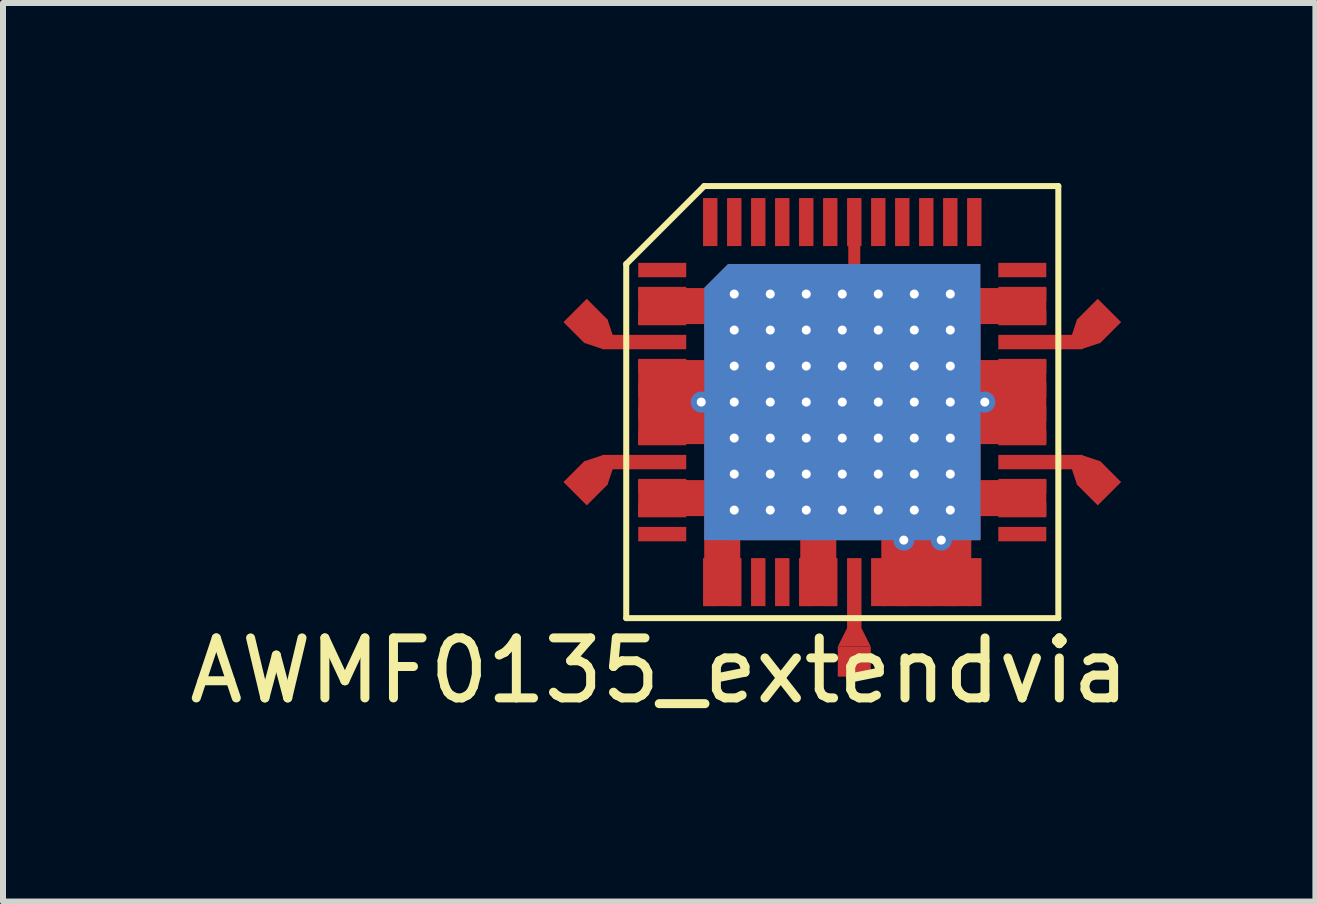
<source format=kicad_pcb>
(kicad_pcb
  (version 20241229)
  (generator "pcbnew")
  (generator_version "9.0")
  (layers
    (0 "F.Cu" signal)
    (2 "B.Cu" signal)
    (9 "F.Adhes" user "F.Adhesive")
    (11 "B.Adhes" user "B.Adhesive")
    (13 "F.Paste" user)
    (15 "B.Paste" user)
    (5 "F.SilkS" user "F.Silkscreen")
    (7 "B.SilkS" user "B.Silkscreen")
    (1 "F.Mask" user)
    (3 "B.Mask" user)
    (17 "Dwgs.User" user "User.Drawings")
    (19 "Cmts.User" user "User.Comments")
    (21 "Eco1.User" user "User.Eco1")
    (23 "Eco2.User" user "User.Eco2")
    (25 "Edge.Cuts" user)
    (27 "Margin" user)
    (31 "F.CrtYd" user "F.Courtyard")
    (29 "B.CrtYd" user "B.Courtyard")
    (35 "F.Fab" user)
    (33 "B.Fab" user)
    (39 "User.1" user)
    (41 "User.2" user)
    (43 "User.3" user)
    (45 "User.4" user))
  (footprint "AWMF0135_extendvia"
    (layer "F.Cu")
    (at 10.985 3.65)
    (property "Reference" "AWMF0135_extendvia" (at -3.05 4.475 0) (layer "F.SilkS") (effects (font (size 1 1) (thickness 0.15))))
    (attr through_hole)
    (fp_line (start -3.6 -2.3) (end -3.6 3.6) (stroke (width 0.1) (type solid)) (layer "F.SilkS"))
    (fp_line (start -3.6 3.6) (end 3.6 3.6) (stroke (width 0.1) (type solid)) (layer "F.SilkS"))
    (fp_line (start -2.3 -3.6) (end -3.6 -2.3) (stroke (width 0.1) (type solid)) (layer "F.SilkS"))
    (fp_line (start 3.6 -3.6) (end -2.3 -3.6) (stroke (width 0.1) (type solid)) (layer "F.SilkS"))
    (fp_line (start 3.6 3.6) (end 3.6 -3.6) (stroke (width 0.1) (type solid)) (layer "F.SilkS"))
    (pad "1" smd rect (at -3 -2.2) (size 0.8 0.24) (layers "F.Cu" "F.Mask" "F.Paste"))
    (pad "2" smd rect (at -3 -1.8) (size 0.8 0.24) (layers "F.Cu" "F.Mask" "F.Paste"))
    (pad "2" smd rect (at -2.8 -1.6) (size 1.2 0.6) (layers "F.Cu"))
    (pad "2" smd rect (at -2.8 0) (size 1.2 1.4) (layers "F.Cu"))
    (pad "2" smd rect (at -2.8 1.6) (size 1.2 0.6) (layers "F.Cu"))
    (pad "2" thru_hole circle (at -2.35 0) (size 0.35 0.35) (drill 0.15) (layers "*.Cu"))
    (pad "2" smd rect (at -2 2.8) (size 0.6 1.2) (layers "F.Cu"))
    (pad "2" smd rect (at -1.9 -1.9 45) (size 0.57 0.57) (layers "F.Cu" "F.Mask" "F.Paste"))
    (pad "2" smd rect (at -1.9 -1.9 45) (size 0.57 0.57) (layers "B.Cu" "B.Mask" "B.Paste"))
    (pad "2" thru_hole circle (at -1.8 -1.8) (size 0.35 0.35) (drill 0.15) (layers "*.Cu" "*.Mask"))
    (pad "2" thru_hole circle (at -1.8 -1.2) (size 0.35 0.35) (drill 0.15) (layers "*.Cu" "*.Mask"))
    (pad "2" thru_hole circle (at -1.8 -0.6) (size 0.35 0.35) (drill 0.15) (layers "*.Cu" "*.Mask"))
    (pad "2" thru_hole circle (at -1.8 0) (size 0.35 0.35) (drill 0.15) (layers "*.Cu" "*.Mask"))
    (pad "2" thru_hole circle (at -1.8 0.6) (size 0.35 0.35) (drill 0.15) (layers "*.Cu" "*.Mask"))
    (pad "2" thru_hole circle (at -1.8 1.2) (size 0.35 0.35) (drill 0.15) (layers "*.Cu" "*.Mask"))
    (pad "2" thru_hole circle (at -1.8 1.8) (size 0.35 0.35) (drill 0.15) (layers "*.Cu" "*.Mask"))
    (pad "2" thru_hole circle (at -1.2 -1.8) (size 0.35 0.35) (drill 0.15) (layers "*.Cu" "*.Mask"))
    (pad "2" thru_hole circle (at -1.2 -1.2) (size 0.35 0.35) (drill 0.15) (layers "*.Cu" "*.Mask"))
    (pad "2" thru_hole circle (at -1.2 -0.6) (size 0.35 0.35) (drill 0.15) (layers "*.Cu" "*.Mask"))
    (pad "2" thru_hole circle (at -1.2 0) (size 0.35 0.35) (drill 0.15) (layers "*.Cu" "*.Mask"))
    (pad "2" thru_hole circle (at -1.2 0.6) (size 0.35 0.35) (drill 0.15) (layers "*.Cu" "*.Mask"))
    (pad "2" thru_hole circle (at -1.2 1.2) (size 0.35 0.35) (drill 0.15) (layers "*.Cu" "*.Mask"))
    (pad "2" thru_hole circle (at -1.2 1.8) (size 0.35 0.35) (drill 0.15) (layers "*.Cu" "*.Mask"))
    (pad "2" thru_hole circle (at -0.6 -1.8) (size 0.35 0.35) (drill 0.15) (layers "*.Cu" "*.Mask"))
    (pad "2" thru_hole circle (at -0.6 -1.2) (size 0.35 0.35) (drill 0.15) (layers "*.Cu" "*.Mask"))
    (pad "2" thru_hole circle (at -0.6 -0.6) (size 0.35 0.35) (drill 0.15) (layers "*.Cu" "*.Mask"))
    (pad "2" thru_hole circle (at -0.6 0) (size 0.35 0.35) (drill 0.15) (layers "*.Cu" "*.Mask"))
    (pad "2" thru_hole circle (at -0.6 0.6) (size 0.35 0.35) (drill 0.15) (layers "*.Cu" "*.Mask"))
    (pad "2" thru_hole circle (at -0.6 1.2) (size 0.35 0.35) (drill 0.15) (layers "*.Cu" "*.Mask"))
    (pad "2" thru_hole circle (at -0.6 1.8) (size 0.35 0.35) (drill 0.15) (layers "*.Cu" "*.Mask"))
    (pad "2" smd rect (at -0.4 2.8) (size 0.6 1.2) (layers "F.Cu"))
    (pad "2" thru_hole circle (at 0 -1.8) (size 0.35 0.35) (drill 0.15) (layers "*.Cu" "*.Mask"))
    (pad "2" thru_hole circle (at 0 -1.2) (size 0.35 0.35) (drill 0.15) (layers "*.Cu" "*.Mask"))
    (pad "2" thru_hole circle (at 0 -0.6) (size 0.35 0.35) (drill 0.15) (layers "*.Cu" "*.Mask"))
    (pad "2" thru_hole circle (at 0 0) (size 0.35 0.35) (drill 0.15) (layers "*.Cu" "*.Mask"))
    (pad "2" smd rect (at 0 0.2) (size 4.6 4.2) (layers "F.Cu" "F.Mask" "F.Paste"))
    (pad "2" smd rect (at 0 0.2) (size 4.6 4.2) (layers "B.Cu" "B.Mask" "B.Paste"))
    (pad "2" thru_hole circle (at 0 0.6) (size 0.35 0.35) (drill 0.15) (layers "*.Cu" "*.Mask"))
    (pad "2" thru_hole circle (at 0 1.2) (size 0.35 0.35) (drill 0.15) (layers "*.Cu" "*.Mask"))
    (pad "2" thru_hole circle (at 0 1.8) (size 0.35 0.35) (drill 0.15) (layers "*.Cu" "*.Mask"))
    (pad "2" smd rect (at 0.2 0) (size 4.2 4.6) (layers "F.Cu" "F.Mask" "F.Paste"))
    (pad "2" smd rect (at 0.2 0) (size 4.2 4.6) (layers "B.Cu" "B.Mask" "B.Paste"))
    (pad "2" thru_hole circle (at 0.6 -1.8) (size 0.35 0.35) (drill 0.15) (layers "*.Cu" "*.Mask"))
    (pad "2" thru_hole circle (at 0.6 -1.2) (size 0.35 0.35) (drill 0.15) (layers "*.Cu" "*.Mask"))
    (pad "2" thru_hole circle (at 0.6 -0.6) (size 0.35 0.35) (drill 0.15) (layers "*.Cu" "*.Mask"))
    (pad "2" thru_hole circle (at 0.6 0) (size 0.35 0.35) (drill 0.15) (layers "*.Cu" "*.Mask"))
    (pad "2" thru_hole circle (at 0.6 0.6) (size 0.35 0.35) (drill 0.15) (layers "*.Cu" "*.Mask"))
    (pad "2" thru_hole circle (at 0.6 1.2) (size 0.35 0.35) (drill 0.15) (layers "*.Cu" "*.Mask"))
    (pad "2" thru_hole circle (at 0.6 1.8) (size 0.35 0.35) (drill 0.15) (layers "*.Cu" "*.Mask"))
    (pad "2" thru_hole circle (at 1.025 2.3) (size 0.35 0.35) (drill 0.15) (layers "*.Cu"))
    (pad "2" thru_hole circle (at 1.2 -1.8) (size 0.35 0.35) (drill 0.15) (layers "*.Cu" "*.Mask"))
    (pad "2" thru_hole circle (at 1.2 -1.2) (size 0.35 0.35) (drill 0.15) (layers "*.Cu" "*.Mask"))
    (pad "2" thru_hole circle (at 1.2 -0.6) (size 0.35 0.35) (drill 0.15) (layers "*.Cu" "*.Mask"))
    (pad "2" thru_hole circle (at 1.2 0) (size 0.35 0.35) (drill 0.15) (layers "*.Cu" "*.Mask"))
    (pad "2" thru_hole circle (at 1.2 0.6) (size 0.35 0.35) (drill 0.15) (layers "*.Cu" "*.Mask"))
    (pad "2" thru_hole circle (at 1.2 1.2) (size 0.35 0.35) (drill 0.15) (layers "*.Cu" "*.Mask"))
    (pad "2" thru_hole circle (at 1.2 1.8) (size 0.35 0.35) (drill 0.15) (layers "*.Cu" "*.Mask"))
    (pad "2" smd rect (at 1.4 2.8) (size 1.5 1.2) (layers "F.Cu"))
    (pad "2" thru_hole circle (at 1.65 2.3) (size 0.35 0.35) (drill 0.15) (layers "*.Cu"))
    (pad "2" thru_hole circle (at 1.8 -1.8) (size 0.35 0.35) (drill 0.15) (layers "*.Cu" "*.Mask"))
    (pad "2" thru_hole circle (at 1.8 -1.2) (size 0.35 0.35) (drill 0.15) (layers "*.Cu" "*.Mask"))
    (pad "2" thru_hole circle (at 1.8 -0.6) (size 0.35 0.35) (drill 0.15) (layers "*.Cu" "*.Mask"))
    (pad "2" thru_hole circle (at 1.8 0) (size 0.35 0.35) (drill 0.15) (layers "*.Cu" "*.Mask"))
    (pad "2" thru_hole circle (at 1.8 0.6) (size 0.35 0.35) (drill 0.15) (layers "*.Cu" "*.Mask"))
    (pad "2" thru_hole circle (at 1.8 1.2) (size 0.35 0.35) (drill 0.15) (layers "*.Cu" "*.Mask"))
    (pad "2" thru_hole circle (at 1.8 1.8) (size 0.35 0.35) (drill 0.15) (layers "*.Cu" "*.Mask"))
    (pad "2" thru_hole circle (at 2.375 0) (size 0.35 0.35) (drill 0.15) (layers "*.Cu"))
    (pad "2" smd rect (at 2.8 -1.6) (size 1.2 0.6) (layers "F.Cu"))
    (pad "2" smd rect (at 2.8 0) (size 1.2 1.4) (layers "F.Cu"))
    (pad "2" smd rect (at 2.8 1.6) (size 1.2 0.6) (layers "F.Cu"))
    (pad "3" smd rect (at -3 -1.4) (size 0.8 0.24) (layers "F.Cu" "F.Mask" "F.Paste"))
    (pad "4" smd rect (at -4.275 -1.35 45) (size 0.55 0.5) (layers "F.Cu" "F.Mask" "F.Paste"))
    (pad "4" smd trapezoid (at -4 -1.075 225) (size 0.4 0.3) (rect_delta 0 0.15) (layers "F.Cu" "F.Mask" "F.Paste"))
    (pad "4" smd rect (at -3.3 -1) (size 1.4 0.24) (layers "F.Cu" "F.Mask" "F.Paste"))
    (pad "5" smd rect (at -3 -0.6) (size 0.8 0.24) (layers "F.Cu" "F.Mask" "F.Paste"))
    (pad "6" smd rect (at -3 -0.2) (size 0.8 0.24) (layers "F.Cu" "F.Mask" "F.Paste"))
    (pad "7" smd rect (at -3 0.2) (size 0.8 0.24) (layers "F.Cu" "F.Mask" "F.Paste"))
    (pad "8" smd rect (at -3 0.6) (size 0.8 0.24) (layers "F.Cu" "F.Mask" "F.Paste"))
    (pad "9" smd rect (at -4.275 1.35 135) (size 0.55 0.5) (layers "F.Cu" "F.Mask" "F.Paste"))
    (pad "9" smd trapezoid (at -4 1.075 315) (size 0.4 0.3) (rect_delta 0 0.15) (layers "F.Cu" "F.Mask" "F.Paste"))
    (pad "9" smd rect (at -3.3 1) (size 1.4 0.24) (layers "F.Cu" "F.Mask" "F.Paste"))
    (pad "10" smd rect (at -3 1.4) (size 0.8 0.24) (layers "F.Cu" "F.Mask" "F.Paste"))
    (pad "11" smd rect (at -3 1.8) (size 0.8 0.24) (layers "F.Cu" "F.Mask" "F.Paste"))
    (pad "12" smd rect (at -3 2.2) (size 0.8 0.24) (layers "F.Cu" "F.Mask" "F.Paste"))
    (pad "13" smd rect (at -2.2 3) (size 0.24 0.8) (layers "F.Cu" "F.Mask" "F.Paste"))
    (pad "14" smd rect (at -1.8 3) (size 0.24 0.8) (layers "F.Cu" "F.Mask" "F.Paste"))
    (pad "15" smd rect (at -1.4 3) (size 0.24 0.8) (layers "F.Cu" "F.Mask" "F.Paste"))
    (pad "16" smd rect (at -1 3) (size 0.24 0.8) (layers "F.Cu" "F.Mask" "F.Paste"))
    (pad "17" smd rect (at -0.6 3) (size 0.24 0.8) (layers "F.Cu" "F.Mask" "F.Paste"))
    (pad "18" smd rect (at -0.2 3) (size 0.24 0.8) (layers "F.Cu" "F.Mask" "F.Paste"))
    (pad "19" smd rect (at 0.2 3.2) (size 0.24 1.2) (layers "F.Cu" "F.Mask" "F.Paste"))
    (pad "19" smd trapezoid (at 0.2 3.925) (size 0.4 0.3) (rect_delta 0 0.15) (layers "F.Cu" "F.Mask" "F.Paste"))
    (pad "19" smd rect (at 0.2 4.325) (size 0.55 0.5) (layers "F.Cu" "F.Mask" "F.Paste"))
    (pad "20" smd rect (at 0.6 3) (size 0.24 0.8) (layers "F.Cu" "F.Mask" "F.Paste"))
    (pad "21" smd rect (at 1 3) (size 0.24 0.8) (layers "F.Cu" "F.Mask" "F.Paste"))
    (pad "22" smd rect (at 1.4 3) (size 0.24 0.8) (layers "F.Cu" "F.Mask" "F.Paste"))
    (pad "23" smd rect (at 1.8 3) (size 0.24 0.8) (layers "F.Cu" "F.Mask" "F.Paste"))
    (pad "24" smd rect (at 2.2 3) (size 0.24 0.8) (layers "F.Cu" "F.Mask" "F.Paste"))
    (pad "25" smd rect (at 3 2.2) (size 0.8 0.24) (layers "F.Cu" "F.Mask" "F.Paste"))
    (pad "26" smd rect (at 3 1.8) (size 0.8 0.24) (layers "F.Cu" "F.Mask" "F.Paste"))
    (pad "27" smd rect (at 3 1.4) (size 0.8 0.24) (layers "F.Cu" "F.Mask" "F.Paste"))
    (pad "28" smd rect (at 3.3 1) (size 1.4 0.24) (layers "F.Cu" "F.Mask" "F.Paste"))
    (pad "28" smd trapezoid (at 4 1.075 45) (size 0.4 0.3) (rect_delta 0 0.15) (layers "F.Cu" "F.Mask" "F.Paste"))
    (pad "28" smd rect (at 4.275 1.35 45) (size 0.55 0.5) (layers "F.Cu" "F.Mask" "F.Paste"))
    (pad "29" smd rect (at 3 0.6) (size 0.8 0.24) (layers "F.Cu" "F.Mask" "F.Paste"))
    (pad "30" smd rect (at 3 0.2) (size 0.8 0.24) (layers "F.Cu" "F.Mask" "F.Paste"))
    (pad "31" smd rect (at 3 -0.2) (size 0.8 0.24) (layers "F.Cu" "F.Mask" "F.Paste"))
    (pad "32" smd rect (at 3 -0.6) (size 0.8 0.24) (layers "F.Cu" "F.Mask" "F.Paste"))
    (pad "33" smd rect (at 3.3 -1) (size 1.4 0.24) (layers "F.Cu" "F.Mask" "F.Paste"))
    (pad "33" smd trapezoid (at 4 -1.075 135) (size 0.4 0.3) (rect_delta 0 0.15) (layers "F.Cu" "F.Mask" "F.Paste"))
    (pad "33" smd rect (at 4.275 -1.35 135) (size 0.55 0.5) (layers "F.Cu" "F.Mask" "F.Paste"))
    (pad "34" smd rect (at 3 -1.4) (size 0.8 0.24) (layers "F.Cu" "F.Mask" "F.Paste"))
    (pad "35" smd rect (at 3 -1.8) (size 0.8 0.24) (layers "F.Cu" "F.Mask" "F.Paste"))
    (pad "36" smd rect (at 3 -2.2) (size 0.8 0.24) (layers "F.Cu" "F.Mask" "F.Paste"))
    (pad "37" smd rect (at 2.2 -3) (size 0.24 0.8) (layers "F.Cu" "F.Mask" "F.Paste"))
    (pad "38" smd rect (at 1.8 -3) (size 0.24 0.8) (layers "F.Cu" "F.Mask" "F.Paste"))
    (pad "39" smd rect (at 1.4 -3) (size 0.24 0.8) (layers "F.Cu" "F.Mask" "F.Paste"))
    (pad "40" smd rect (at 1 -3) (size 0.24 0.8) (layers "F.Cu" "F.Mask" "F.Paste"))
    (pad "41" smd rect (at 0.6 -3) (size 0.24 0.8) (layers "F.Cu" "F.Mask" "F.Paste"))
    (pad "42" smd rect (at 0.2 -3) (size 0.24 0.8) (layers "F.Cu" "F.Mask" "F.Paste"))
    (pad "42" smd rect (at 0.2 -2.8) (size 0.2 1.2) (layers "F.Cu"))
    (pad "43" smd rect (at -0.2 -3) (size 0.24 0.8) (layers "F.Cu" "F.Mask" "F.Paste"))
    (pad "44" smd rect (at -0.6 -3) (size 0.24 0.8) (layers "F.Cu" "F.Mask" "F.Paste"))
    (pad "45" smd rect (at -1 -3) (size 0.24 0.8) (layers "F.Cu" "F.Mask" "F.Paste"))
    (pad "46" smd rect (at -1.4 -3) (size 0.24 0.8) (layers "F.Cu" "F.Mask" "F.Paste"))
    (pad "47" smd rect (at -1.8 -3) (size 0.24 0.8) (layers "F.Cu" "F.Mask" "F.Paste"))
    (pad "48" smd rect (at -2.2 -3) (size 0.24 0.8) (layers "F.Cu" "F.Mask" "F.Paste")))
  (gr_rect
    (start -3 -3)
    (end 18.869 11.973)
    (stroke (width 0.1) (type default))
    (fill no)
    (layer "Edge.Cuts")))
</source>
